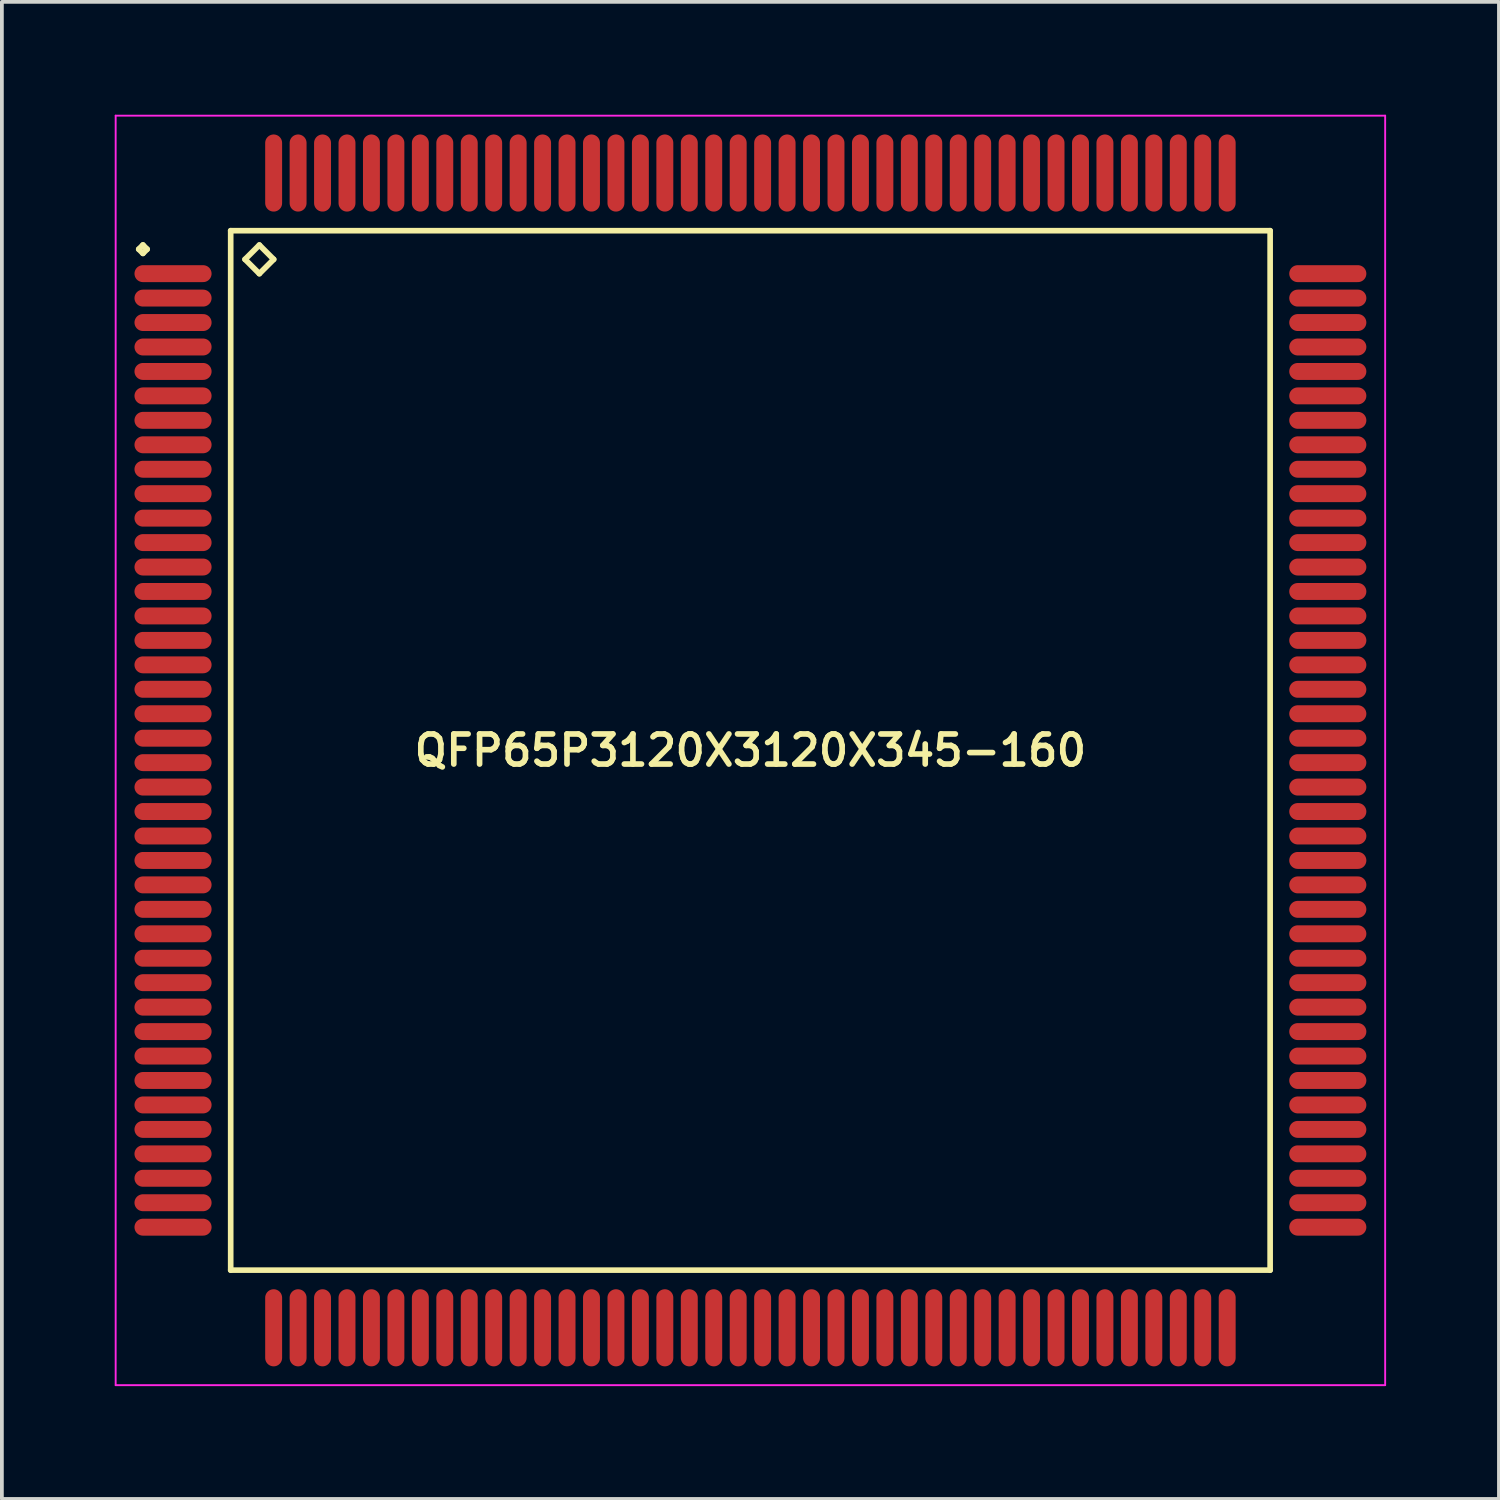
<source format=kicad_pcb>
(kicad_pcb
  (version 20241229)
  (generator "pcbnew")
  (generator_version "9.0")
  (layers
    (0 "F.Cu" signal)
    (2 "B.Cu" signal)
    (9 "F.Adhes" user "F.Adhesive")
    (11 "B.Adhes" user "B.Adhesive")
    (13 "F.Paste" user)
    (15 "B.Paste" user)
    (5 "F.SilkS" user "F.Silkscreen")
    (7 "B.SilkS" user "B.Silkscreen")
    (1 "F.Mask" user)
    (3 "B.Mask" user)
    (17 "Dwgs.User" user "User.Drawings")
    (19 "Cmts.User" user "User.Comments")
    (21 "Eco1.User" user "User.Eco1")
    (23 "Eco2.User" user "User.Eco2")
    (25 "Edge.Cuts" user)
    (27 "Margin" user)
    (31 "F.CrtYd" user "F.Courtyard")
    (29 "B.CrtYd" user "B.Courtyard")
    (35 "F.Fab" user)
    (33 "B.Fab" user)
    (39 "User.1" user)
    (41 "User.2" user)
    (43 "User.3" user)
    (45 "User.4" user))
  (footprint "QFP65P3120X3120X345-160"
    (layer "F.Cu")
    (at 16.9 16.9)
    (property "Reference" "QFP65P3120X3120X345-160" (at 0 0 0) (layer "F.SilkS") (effects (font (size 0.8 0.8) (thickness 0.15))))
    (attr smd)
    (fp_line (start -16.262 -13.325) (end -16.15 -13.438) (stroke (width 0.15) (type solid)) (layer "F.SilkS"))
    (fp_line (start -16.15 -13.438) (end -16.038 -13.325) (stroke (width 0.15) (type solid)) (layer "F.SilkS"))
    (fp_line (start -16.15 -13.213) (end -16.262 -13.325) (stroke (width 0.15) (type solid)) (layer "F.SilkS"))
    (fp_line (start -16.038 -13.325) (end -16.15 -13.213) (stroke (width 0.15) (type solid)) (layer "F.SilkS"))
    (fp_line (start -13.817 -13.817) (end -13.817 13.817) (stroke (width 0.15) (type solid)) (layer "F.SilkS"))
    (fp_line (start -13.817 13.817) (end 13.817 13.817) (stroke (width 0.15) (type solid)) (layer "F.SilkS"))
    (fp_line (start -13.436 -13.055) (end -13.055 -13.436) (stroke (width 0.15) (type solid)) (layer "F.SilkS"))
    (fp_line (start -13.055 -13.436) (end -12.674 -13.055) (stroke (width 0.15) (type solid)) (layer "F.SilkS"))
    (fp_line (start -13.055 -12.674) (end -13.436 -13.055) (stroke (width 0.15) (type solid)) (layer "F.SilkS"))
    (fp_line (start -12.674 -13.055) (end -13.055 -12.674) (stroke (width 0.15) (type solid)) (layer "F.SilkS"))
    (fp_line (start 13.817 -13.817) (end -13.817 -13.817) (stroke (width 0.15) (type solid)) (layer "F.SilkS"))
    (fp_line (start 13.817 13.817) (end 13.817 -13.817) (stroke (width 0.15) (type solid)) (layer "F.SilkS"))
    (fp_line (start -16.875 -16.875) (end 16.875 -16.875) (stroke (width 0.05) (type solid)) (layer "F.CrtYd"))
    (fp_line (start -16.875 16.875) (end -16.875 -16.875) (stroke (width 0.05) (type solid)) (layer "F.CrtYd"))
    (fp_line (start 16.875 -16.875) (end 16.875 16.875) (stroke (width 0.05) (type solid)) (layer "F.CrtYd"))
    (fp_line (start 16.875 16.875) (end -16.875 16.875) (stroke (width 0.05) (type solid)) (layer "F.CrtYd"))
    (pad "1" smd oval (at -15.35 -12.675) (size 2.05 0.45) (layers "F.Cu" "F.Mask" "F.Paste"))
    (pad "2" smd oval (at -15.35 -12.025) (size 2.05 0.45) (layers "F.Cu" "F.Mask" "F.Paste"))
    (pad "3" smd oval (at -15.35 -11.375) (size 2.05 0.45) (layers "F.Cu" "F.Mask" "F.Paste"))
    (pad "4" smd oval (at -15.35 -10.725) (size 2.05 0.45) (layers "F.Cu" "F.Mask" "F.Paste"))
    (pad "5" smd oval (at -15.35 -10.075) (size 2.05 0.45) (layers "F.Cu" "F.Mask" "F.Paste"))
    (pad "6" smd oval (at -15.35 -9.425) (size 2.05 0.45) (layers "F.Cu" "F.Mask" "F.Paste"))
    (pad "7" smd oval (at -15.35 -8.775) (size 2.05 0.45) (layers "F.Cu" "F.Mask" "F.Paste"))
    (pad "8" smd oval (at -15.35 -8.125) (size 2.05 0.45) (layers "F.Cu" "F.Mask" "F.Paste"))
    (pad "9" smd oval (at -15.35 -7.475) (size 2.05 0.45) (layers "F.Cu" "F.Mask" "F.Paste"))
    (pad "10" smd oval (at -15.35 -6.825) (size 2.05 0.45) (layers "F.Cu" "F.Mask" "F.Paste"))
    (pad "11" smd oval (at -15.35 -6.175) (size 2.05 0.45) (layers "F.Cu" "F.Mask" "F.Paste"))
    (pad "12" smd oval (at -15.35 -5.525) (size 2.05 0.45) (layers "F.Cu" "F.Mask" "F.Paste"))
    (pad "13" smd oval (at -15.35 -4.875) (size 2.05 0.45) (layers "F.Cu" "F.Mask" "F.Paste"))
    (pad "14" smd oval (at -15.35 -4.225) (size 2.05 0.45) (layers "F.Cu" "F.Mask" "F.Paste"))
    (pad "15" smd oval (at -15.35 -3.575) (size 2.05 0.45) (layers "F.Cu" "F.Mask" "F.Paste"))
    (pad "16" smd oval (at -15.35 -2.925) (size 2.05 0.45) (layers "F.Cu" "F.Mask" "F.Paste"))
    (pad "17" smd oval (at -15.35 -2.275) (size 2.05 0.45) (layers "F.Cu" "F.Mask" "F.Paste"))
    (pad "18" smd oval (at -15.35 -1.625) (size 2.05 0.45) (layers "F.Cu" "F.Mask" "F.Paste"))
    (pad "19" smd oval (at -15.35 -0.975) (size 2.05 0.45) (layers "F.Cu" "F.Mask" "F.Paste"))
    (pad "20" smd oval (at -15.35 -0.325) (size 2.05 0.45) (layers "F.Cu" "F.Mask" "F.Paste"))
    (pad "21" smd oval (at -15.35 0.325) (size 2.05 0.45) (layers "F.Cu" "F.Mask" "F.Paste"))
    (pad "22" smd oval (at -15.35 0.975) (size 2.05 0.45) (layers "F.Cu" "F.Mask" "F.Paste"))
    (pad "23" smd oval (at -15.35 1.625) (size 2.05 0.45) (layers "F.Cu" "F.Mask" "F.Paste"))
    (pad "24" smd oval (at -15.35 2.275) (size 2.05 0.45) (layers "F.Cu" "F.Mask" "F.Paste"))
    (pad "25" smd oval (at -15.35 2.925) (size 2.05 0.45) (layers "F.Cu" "F.Mask" "F.Paste"))
    (pad "26" smd oval (at -15.35 3.575) (size 2.05 0.45) (layers "F.Cu" "F.Mask" "F.Paste"))
    (pad "27" smd oval (at -15.35 4.225) (size 2.05 0.45) (layers "F.Cu" "F.Mask" "F.Paste"))
    (pad "28" smd oval (at -15.35 4.875) (size 2.05 0.45) (layers "F.Cu" "F.Mask" "F.Paste"))
    (pad "29" smd oval (at -15.35 5.525) (size 2.05 0.45) (layers "F.Cu" "F.Mask" "F.Paste"))
    (pad "30" smd oval (at -15.35 6.175) (size 2.05 0.45) (layers "F.Cu" "F.Mask" "F.Paste"))
    (pad "31" smd oval (at -15.35 6.825) (size 2.05 0.45) (layers "F.Cu" "F.Mask" "F.Paste"))
    (pad "32" smd oval (at -15.35 7.475) (size 2.05 0.45) (layers "F.Cu" "F.Mask" "F.Paste"))
    (pad "33" smd oval (at -15.35 8.125) (size 2.05 0.45) (layers "F.Cu" "F.Mask" "F.Paste"))
    (pad "34" smd oval (at -15.35 8.775) (size 2.05 0.45) (layers "F.Cu" "F.Mask" "F.Paste"))
    (pad "35" smd oval (at -15.35 9.425) (size 2.05 0.45) (layers "F.Cu" "F.Mask" "F.Paste"))
    (pad "36" smd oval (at -15.35 10.075) (size 2.05 0.45) (layers "F.Cu" "F.Mask" "F.Paste"))
    (pad "37" smd oval (at -15.35 10.725) (size 2.05 0.45) (layers "F.Cu" "F.Mask" "F.Paste"))
    (pad "38" smd oval (at -15.35 11.375) (size 2.05 0.45) (layers "F.Cu" "F.Mask" "F.Paste"))
    (pad "39" smd oval (at -15.35 12.025) (size 2.05 0.45) (layers "F.Cu" "F.Mask" "F.Paste"))
    (pad "40" smd oval (at -15.35 12.675) (size 2.05 0.45) (layers "F.Cu" "F.Mask" "F.Paste"))
    (pad "41" smd oval (at -12.675 15.35) (size 0.45 2.05) (layers "F.Cu" "F.Mask" "F.Paste"))
    (pad "42" smd oval (at -12.025 15.35) (size 0.45 2.05) (layers "F.Cu" "F.Mask" "F.Paste"))
    (pad "43" smd oval (at -11.375 15.35) (size 0.45 2.05) (layers "F.Cu" "F.Mask" "F.Paste"))
    (pad "44" smd oval (at -10.725 15.35) (size 0.45 2.05) (layers "F.Cu" "F.Mask" "F.Paste"))
    (pad "45" smd oval (at -10.075 15.35) (size 0.45 2.05) (layers "F.Cu" "F.Mask" "F.Paste"))
    (pad "46" smd oval (at -9.425 15.35) (size 0.45 2.05) (layers "F.Cu" "F.Mask" "F.Paste"))
    (pad "47" smd oval (at -8.775 15.35) (size 0.45 2.05) (layers "F.Cu" "F.Mask" "F.Paste"))
    (pad "48" smd oval (at -8.125 15.35) (size 0.45 2.05) (layers "F.Cu" "F.Mask" "F.Paste"))
    (pad "49" smd oval (at -7.475 15.35) (size 0.45 2.05) (layers "F.Cu" "F.Mask" "F.Paste"))
    (pad "50" smd oval (at -6.825 15.35) (size 0.45 2.05) (layers "F.Cu" "F.Mask" "F.Paste"))
    (pad "51" smd oval (at -6.175 15.35) (size 0.45 2.05) (layers "F.Cu" "F.Mask" "F.Paste"))
    (pad "52" smd oval (at -5.525 15.35) (size 0.45 2.05) (layers "F.Cu" "F.Mask" "F.Paste"))
    (pad "53" smd oval (at -4.875 15.35) (size 0.45 2.05) (layers "F.Cu" "F.Mask" "F.Paste"))
    (pad "54" smd oval (at -4.225 15.35) (size 0.45 2.05) (layers "F.Cu" "F.Mask" "F.Paste"))
    (pad "55" smd oval (at -3.575 15.35) (size 0.45 2.05) (layers "F.Cu" "F.Mask" "F.Paste"))
    (pad "56" smd oval (at -2.925 15.35) (size 0.45 2.05) (layers "F.Cu" "F.Mask" "F.Paste"))
    (pad "57" smd oval (at -2.275 15.35) (size 0.45 2.05) (layers "F.Cu" "F.Mask" "F.Paste"))
    (pad "58" smd oval (at -1.625 15.35) (size 0.45 2.05) (layers "F.Cu" "F.Mask" "F.Paste"))
    (pad "59" smd oval (at -0.975 15.35) (size 0.45 2.05) (layers "F.Cu" "F.Mask" "F.Paste"))
    (pad "60" smd oval (at -0.325 15.35) (size 0.45 2.05) (layers "F.Cu" "F.Mask" "F.Paste"))
    (pad "61" smd oval (at 0.325 15.35) (size 0.45 2.05) (layers "F.Cu" "F.Mask" "F.Paste"))
    (pad "62" smd oval (at 0.975 15.35) (size 0.45 2.05) (layers "F.Cu" "F.Mask" "F.Paste"))
    (pad "63" smd oval (at 1.625 15.35) (size 0.45 2.05) (layers "F.Cu" "F.Mask" "F.Paste"))
    (pad "64" smd oval (at 2.275 15.35) (size 0.45 2.05) (layers "F.Cu" "F.Mask" "F.Paste"))
    (pad "65" smd oval (at 2.925 15.35) (size 0.45 2.05) (layers "F.Cu" "F.Mask" "F.Paste"))
    (pad "66" smd oval (at 3.575 15.35) (size 0.45 2.05) (layers "F.Cu" "F.Mask" "F.Paste"))
    (pad "67" smd oval (at 4.225 15.35) (size 0.45 2.05) (layers "F.Cu" "F.Mask" "F.Paste"))
    (pad "68" smd oval (at 4.875 15.35) (size 0.45 2.05) (layers "F.Cu" "F.Mask" "F.Paste"))
    (pad "69" smd oval (at 5.525 15.35) (size 0.45 2.05) (layers "F.Cu" "F.Mask" "F.Paste"))
    (pad "70" smd oval (at 6.175 15.35) (size 0.45 2.05) (layers "F.Cu" "F.Mask" "F.Paste"))
    (pad "71" smd oval (at 6.825 15.35) (size 0.45 2.05) (layers "F.Cu" "F.Mask" "F.Paste"))
    (pad "72" smd oval (at 7.475 15.35) (size 0.45 2.05) (layers "F.Cu" "F.Mask" "F.Paste"))
    (pad "73" smd oval (at 8.125 15.35) (size 0.45 2.05) (layers "F.Cu" "F.Mask" "F.Paste"))
    (pad "74" smd oval (at 8.775 15.35) (size 0.45 2.05) (layers "F.Cu" "F.Mask" "F.Paste"))
    (pad "75" smd oval (at 9.425 15.35) (size 0.45 2.05) (layers "F.Cu" "F.Mask" "F.Paste"))
    (pad "76" smd oval (at 10.075 15.35) (size 0.45 2.05) (layers "F.Cu" "F.Mask" "F.Paste"))
    (pad "77" smd oval (at 10.725 15.35) (size 0.45 2.05) (layers "F.Cu" "F.Mask" "F.Paste"))
    (pad "78" smd oval (at 11.375 15.35) (size 0.45 2.05) (layers "F.Cu" "F.Mask" "F.Paste"))
    (pad "79" smd oval (at 12.025 15.35) (size 0.45 2.05) (layers "F.Cu" "F.Mask" "F.Paste"))
    (pad "80" smd oval (at 12.675 15.35) (size 0.45 2.05) (layers "F.Cu" "F.Mask" "F.Paste"))
    (pad "81" smd oval (at 15.35 12.675) (size 2.05 0.45) (layers "F.Cu" "F.Mask" "F.Paste"))
    (pad "82" smd oval (at 15.35 12.025) (size 2.05 0.45) (layers "F.Cu" "F.Mask" "F.Paste"))
    (pad "83" smd oval (at 15.35 11.375) (size 2.05 0.45) (layers "F.Cu" "F.Mask" "F.Paste"))
    (pad "84" smd oval (at 15.35 10.725) (size 2.05 0.45) (layers "F.Cu" "F.Mask" "F.Paste"))
    (pad "85" smd oval (at 15.35 10.075) (size 2.05 0.45) (layers "F.Cu" "F.Mask" "F.Paste"))
    (pad "86" smd oval (at 15.35 9.425) (size 2.05 0.45) (layers "F.Cu" "F.Mask" "F.Paste"))
    (pad "87" smd oval (at 15.35 8.775) (size 2.05 0.45) (layers "F.Cu" "F.Mask" "F.Paste"))
    (pad "88" smd oval (at 15.35 8.125) (size 2.05 0.45) (layers "F.Cu" "F.Mask" "F.Paste"))
    (pad "89" smd oval (at 15.35 7.475) (size 2.05 0.45) (layers "F.Cu" "F.Mask" "F.Paste"))
    (pad "90" smd oval (at 15.35 6.825) (size 2.05 0.45) (layers "F.Cu" "F.Mask" "F.Paste"))
    (pad "91" smd oval (at 15.35 6.175) (size 2.05 0.45) (layers "F.Cu" "F.Mask" "F.Paste"))
    (pad "92" smd oval (at 15.35 5.525) (size 2.05 0.45) (layers "F.Cu" "F.Mask" "F.Paste"))
    (pad "93" smd oval (at 15.35 4.875) (size 2.05 0.45) (layers "F.Cu" "F.Mask" "F.Paste"))
    (pad "94" smd oval (at 15.35 4.225) (size 2.05 0.45) (layers "F.Cu" "F.Mask" "F.Paste"))
    (pad "95" smd oval (at 15.35 3.575) (size 2.05 0.45) (layers "F.Cu" "F.Mask" "F.Paste"))
    (pad "96" smd oval (at 15.35 2.925) (size 2.05 0.45) (layers "F.Cu" "F.Mask" "F.Paste"))
    (pad "97" smd oval (at 15.35 2.275) (size 2.05 0.45) (layers "F.Cu" "F.Mask" "F.Paste"))
    (pad "98" smd oval (at 15.35 1.625) (size 2.05 0.45) (layers "F.Cu" "F.Mask" "F.Paste"))
    (pad "99" smd oval (at 15.35 0.975) (size 2.05 0.45) (layers "F.Cu" "F.Mask" "F.Paste"))
    (pad "100" smd oval (at 15.35 0.325) (size 2.05 0.45) (layers "F.Cu" "F.Mask" "F.Paste"))
    (pad "101" smd oval (at 15.35 -0.325) (size 2.05 0.45) (layers "F.Cu" "F.Mask" "F.Paste"))
    (pad "102" smd oval (at 15.35 -0.975) (size 2.05 0.45) (layers "F.Cu" "F.Mask" "F.Paste"))
    (pad "103" smd oval (at 15.35 -1.625) (size 2.05 0.45) (layers "F.Cu" "F.Mask" "F.Paste"))
    (pad "104" smd oval (at 15.35 -2.275) (size 2.05 0.45) (layers "F.Cu" "F.Mask" "F.Paste"))
    (pad "105" smd oval (at 15.35 -2.925) (size 2.05 0.45) (layers "F.Cu" "F.Mask" "F.Paste"))
    (pad "106" smd oval (at 15.35 -3.575) (size 2.05 0.45) (layers "F.Cu" "F.Mask" "F.Paste"))
    (pad "107" smd oval (at 15.35 -4.225) (size 2.05 0.45) (layers "F.Cu" "F.Mask" "F.Paste"))
    (pad "108" smd oval (at 15.35 -4.875) (size 2.05 0.45) (layers "F.Cu" "F.Mask" "F.Paste"))
    (pad "109" smd oval (at 15.35 -5.525) (size 2.05 0.45) (layers "F.Cu" "F.Mask" "F.Paste"))
    (pad "110" smd oval (at 15.35 -6.175) (size 2.05 0.45) (layers "F.Cu" "F.Mask" "F.Paste"))
    (pad "111" smd oval (at 15.35 -6.825) (size 2.05 0.45) (layers "F.Cu" "F.Mask" "F.Paste"))
    (pad "112" smd oval (at 15.35 -7.475) (size 2.05 0.45) (layers "F.Cu" "F.Mask" "F.Paste"))
    (pad "113" smd oval (at 15.35 -8.125) (size 2.05 0.45) (layers "F.Cu" "F.Mask" "F.Paste"))
    (pad "114" smd oval (at 15.35 -8.775) (size 2.05 0.45) (layers "F.Cu" "F.Mask" "F.Paste"))
    (pad "115" smd oval (at 15.35 -9.425) (size 2.05 0.45) (layers "F.Cu" "F.Mask" "F.Paste"))
    (pad "116" smd oval (at 15.35 -10.075) (size 2.05 0.45) (layers "F.Cu" "F.Mask" "F.Paste"))
    (pad "117" smd oval (at 15.35 -10.725) (size 2.05 0.45) (layers "F.Cu" "F.Mask" "F.Paste"))
    (pad "118" smd oval (at 15.35 -11.375) (size 2.05 0.45) (layers "F.Cu" "F.Mask" "F.Paste"))
    (pad "119" smd oval (at 15.35 -12.025) (size 2.05 0.45) (layers "F.Cu" "F.Mask" "F.Paste"))
    (pad "120" smd oval (at 15.35 -12.675) (size 2.05 0.45) (layers "F.Cu" "F.Mask" "F.Paste"))
    (pad "121" smd oval (at 12.675 -15.35) (size 0.45 2.05) (layers "F.Cu" "F.Mask" "F.Paste"))
    (pad "122" smd oval (at 12.025 -15.35) (size 0.45 2.05) (layers "F.Cu" "F.Mask" "F.Paste"))
    (pad "123" smd oval (at 11.375 -15.35) (size 0.45 2.05) (layers "F.Cu" "F.Mask" "F.Paste"))
    (pad "124" smd oval (at 10.725 -15.35) (size 0.45 2.05) (layers "F.Cu" "F.Mask" "F.Paste"))
    (pad "125" smd oval (at 10.075 -15.35) (size 0.45 2.05) (layers "F.Cu" "F.Mask" "F.Paste"))
    (pad "126" smd oval (at 9.425 -15.35) (size 0.45 2.05) (layers "F.Cu" "F.Mask" "F.Paste"))
    (pad "127" smd oval (at 8.775 -15.35) (size 0.45 2.05) (layers "F.Cu" "F.Mask" "F.Paste"))
    (pad "128" smd oval (at 8.125 -15.35) (size 0.45 2.05) (layers "F.Cu" "F.Mask" "F.Paste"))
    (pad "129" smd oval (at 7.475 -15.35) (size 0.45 2.05) (layers "F.Cu" "F.Mask" "F.Paste"))
    (pad "130" smd oval (at 6.825 -15.35) (size 0.45 2.05) (layers "F.Cu" "F.Mask" "F.Paste"))
    (pad "131" smd oval (at 6.175 -15.35) (size 0.45 2.05) (layers "F.Cu" "F.Mask" "F.Paste"))
    (pad "132" smd oval (at 5.525 -15.35) (size 0.45 2.05) (layers "F.Cu" "F.Mask" "F.Paste"))
    (pad "133" smd oval (at 4.875 -15.35) (size 0.45 2.05) (layers "F.Cu" "F.Mask" "F.Paste"))
    (pad "134" smd oval (at 4.225 -15.35) (size 0.45 2.05) (layers "F.Cu" "F.Mask" "F.Paste"))
    (pad "135" smd oval (at 3.575 -15.35) (size 0.45 2.05) (layers "F.Cu" "F.Mask" "F.Paste"))
    (pad "136" smd oval (at 2.925 -15.35) (size 0.45 2.05) (layers "F.Cu" "F.Mask" "F.Paste"))
    (pad "137" smd oval (at 2.275 -15.35) (size 0.45 2.05) (layers "F.Cu" "F.Mask" "F.Paste"))
    (pad "138" smd oval (at 1.625 -15.35) (size 0.45 2.05) (layers "F.Cu" "F.Mask" "F.Paste"))
    (pad "139" smd oval (at 0.975 -15.35) (size 0.45 2.05) (layers "F.Cu" "F.Mask" "F.Paste"))
    (pad "140" smd oval (at 0.325 -15.35) (size 0.45 2.05) (layers "F.Cu" "F.Mask" "F.Paste"))
    (pad "141" smd oval (at -0.325 -15.35) (size 0.45 2.05) (layers "F.Cu" "F.Mask" "F.Paste"))
    (pad "142" smd oval (at -0.975 -15.35) (size 0.45 2.05) (layers "F.Cu" "F.Mask" "F.Paste"))
    (pad "143" smd oval (at -1.625 -15.35) (size 0.45 2.05) (layers "F.Cu" "F.Mask" "F.Paste"))
    (pad "144" smd oval (at -2.275 -15.35) (size 0.45 2.05) (layers "F.Cu" "F.Mask" "F.Paste"))
    (pad "145" smd oval (at -2.925 -15.35) (size 0.45 2.05) (layers "F.Cu" "F.Mask" "F.Paste"))
    (pad "146" smd oval (at -3.575 -15.35) (size 0.45 2.05) (layers "F.Cu" "F.Mask" "F.Paste"))
    (pad "147" smd oval (at -4.225 -15.35) (size 0.45 2.05) (layers "F.Cu" "F.Mask" "F.Paste"))
    (pad "148" smd oval (at -4.875 -15.35) (size 0.45 2.05) (layers "F.Cu" "F.Mask" "F.Paste"))
    (pad "149" smd oval (at -5.525 -15.35) (size 0.45 2.05) (layers "F.Cu" "F.Mask" "F.Paste"))
    (pad "150" smd oval (at -6.175 -15.35) (size 0.45 2.05) (layers "F.Cu" "F.Mask" "F.Paste"))
    (pad "151" smd oval (at -6.825 -15.35) (size 0.45 2.05) (layers "F.Cu" "F.Mask" "F.Paste"))
    (pad "152" smd oval (at -7.475 -15.35) (size 0.45 2.05) (layers "F.Cu" "F.Mask" "F.Paste"))
    (pad "153" smd oval (at -8.125 -15.35) (size 0.45 2.05) (layers "F.Cu" "F.Mask" "F.Paste"))
    (pad "154" smd oval (at -8.775 -15.35) (size 0.45 2.05) (layers "F.Cu" "F.Mask" "F.Paste"))
    (pad "155" smd oval (at -9.425 -15.35) (size 0.45 2.05) (layers "F.Cu" "F.Mask" "F.Paste"))
    (pad "156" smd oval (at -10.075 -15.35) (size 0.45 2.05) (layers "F.Cu" "F.Mask" "F.Paste"))
    (pad "157" smd oval (at -10.725 -15.35) (size 0.45 2.05) (layers "F.Cu" "F.Mask" "F.Paste"))
    (pad "158" smd oval (at -11.375 -15.35) (size 0.45 2.05) (layers "F.Cu" "F.Mask" "F.Paste"))
    (pad "159" smd oval (at -12.025 -15.35) (size 0.45 2.05) (layers "F.Cu" "F.Mask" "F.Paste"))
    (pad "160" smd oval (at -12.675 -15.35) (size 0.45 2.05) (layers "F.Cu" "F.Mask" "F.Paste")))
  (gr_rect
    (start -3 -3)
    (end 36.8 36.8)
    (stroke (width 0.1) (type default))
    (fill no)
    (layer "Edge.Cuts")))
</source>
